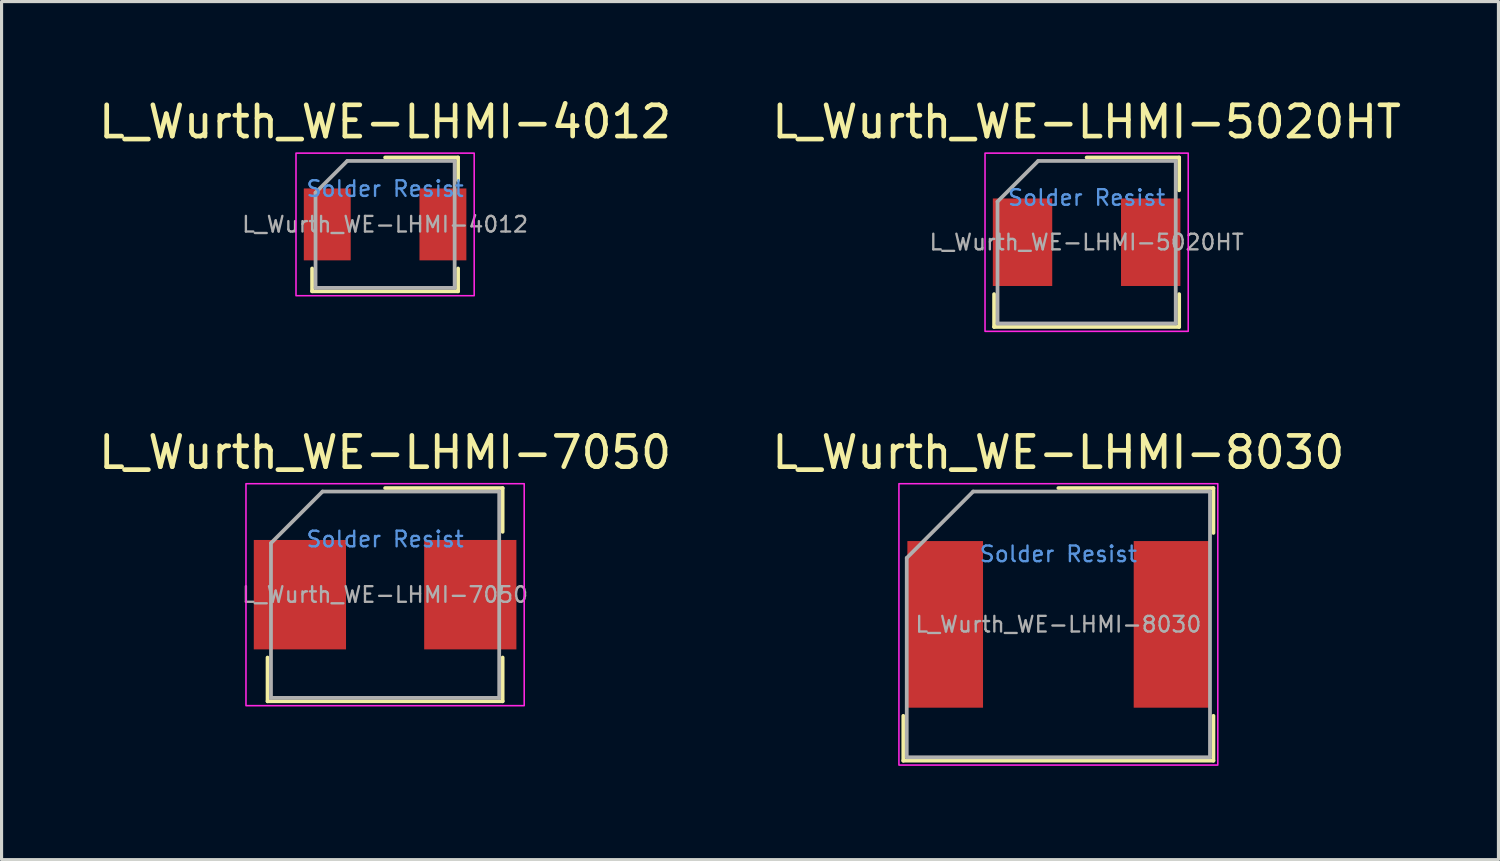
<source format=kicad_pcb>
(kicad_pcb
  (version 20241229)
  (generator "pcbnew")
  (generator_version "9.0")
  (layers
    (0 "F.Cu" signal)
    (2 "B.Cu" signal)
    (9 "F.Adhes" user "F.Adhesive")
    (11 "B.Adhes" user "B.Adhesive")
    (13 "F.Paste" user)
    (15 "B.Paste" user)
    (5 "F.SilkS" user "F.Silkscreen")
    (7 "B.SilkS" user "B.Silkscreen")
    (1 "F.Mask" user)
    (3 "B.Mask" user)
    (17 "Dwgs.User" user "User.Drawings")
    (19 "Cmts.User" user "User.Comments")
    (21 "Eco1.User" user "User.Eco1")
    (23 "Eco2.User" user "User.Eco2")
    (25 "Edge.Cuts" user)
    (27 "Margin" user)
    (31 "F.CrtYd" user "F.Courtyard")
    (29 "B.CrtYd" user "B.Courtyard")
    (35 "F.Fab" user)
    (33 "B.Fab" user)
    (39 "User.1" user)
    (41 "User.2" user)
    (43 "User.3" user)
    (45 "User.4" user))
  (footprint "L_Wurth_WE-LHMI-4012"
    (layer "F.Cu")
    (at 9.268 4.128)
    (property "Reference" "L_Wurth_WE-LHMI-4012" (at 0 -3.28 0) (unlocked yes) (layer "F.SilkS") (effects (font (size 1 1) (thickness 0.15))))
    (attr smd)
    (fp_line (start -2.335 2.14) (end -2.335 1.41) (stroke (width 0.12) (type solid)) (layer "F.SilkS"))
    (fp_line (start -2.335 2.14) (end 2.335 2.14) (stroke (width 0.12) (type solid)) (layer "F.SilkS"))
    (fp_line (start 0 -2.14) (end 2.335 -2.14) (stroke (width 0.12) (type solid)) (layer "F.SilkS"))
    (fp_line (start 2.335 -2.14) (end 2.335 -1.41) (stroke (width 0.12) (type solid)) (layer "F.SilkS"))
    (fp_line (start 2.335 2.14) (end 2.335 1.41) (stroke (width 0.12) (type solid)) (layer "F.SilkS"))
    (fp_rect (start -2.85 -2.28) (end 2.85 2.28) (stroke (width 0.05) (type solid)) (fill no) (layer "F.CrtYd"))
    (fp_line (start -2.225 -1.015) (end -2.225 2.03) (stroke (width 0.12) (type solid)) (layer "F.Fab"))
    (fp_line (start -2.225 2.03) (end 2.225 2.03) (stroke (width 0.12) (type solid)) (layer "F.Fab"))
    (fp_line (start -1.21 -2.03) (end -2.225 -1.015) (stroke (width 0.12) (type solid)) (layer "F.Fab"))
    (fp_line (start 2.225 -2.03) (end -1.21 -2.03) (stroke (width 0.12) (type solid)) (layer "F.Fab"))
    (fp_line (start 2.225 2.03) (end 2.225 -2.03) (stroke (width 0.12) (type solid)) (layer "F.Fab"))
    (fp_text user "Solder Resist" (at 0 -1.14 0) (unlocked yes) (layer "Cmts.User") (effects (font (size 0.5 0.5) (thickness 0.075))))
    (fp_text user "${REFERENCE}" (at 0 0 0) (unlocked yes) (layer "F.Fab") (effects (font (size 0.5 0.5) (thickness 0.075))))
    (pad "1" smd rect (at -1.85 0) (size 1.5 2.3) (layers "F.Cu" "F.Mask" "F.Paste"))
    (pad "2" smd rect (at 1.85 0) (size 1.5 2.3) (layers "F.Cu" "F.Mask" "F.Paste"))
    (zone (net_name "") (layers "F.Cu" "Dwgs.User") (name "Solder Resist") (hatch full 0.1) (connect_pads) (min_thickness 0.25) (filled_areas_thickness no) (keepout (tracks not_allowed) (vias not_allowed) (pads not_allowed) (copperpour not_allowed) (footprints not_allowed)) (placement (enabled no)) (fill) (polygon (pts (xy 8.168 6.408) (xy 10.368 6.408) (xy 10.368 1.848) (xy 8.168 1.848)))))
  (footprint "L_Wurth_WE-LHMI-8030"
    (layer "F.Cu")
    (at 30.804 16.922)
    (property "Reference" "L_Wurth_WE-LHMI-8030" (at 0 -5.5 0) (unlocked yes) (layer "F.SilkS") (effects (font (size 1 1) (thickness 0.15))))
    (attr smd)
    (fp_line (start -4.96 4.36) (end -4.96 2.925) (stroke (width 0.12) (type solid)) (layer "F.SilkS"))
    (fp_line (start -4.96 4.36) (end 4.96 4.36) (stroke (width 0.12) (type solid)) (layer "F.SilkS"))
    (fp_line (start 0 -4.36) (end 4.96 -4.36) (stroke (width 0.12) (type solid)) (layer "F.SilkS"))
    (fp_line (start 4.96 -4.36) (end 4.96 -2.925) (stroke (width 0.12) (type solid)) (layer "F.SilkS"))
    (fp_line (start 4.96 4.36) (end 4.96 2.925) (stroke (width 0.12) (type solid)) (layer "F.SilkS"))
    (fp_rect (start -5.1 -4.5) (end 5.1 4.5) (stroke (width 0.05) (type solid)) (fill no) (layer "F.CrtYd"))
    (fp_line (start -4.85 -2.125) (end -4.85 4.25) (stroke (width 0.12) (type solid)) (layer "F.Fab"))
    (fp_line (start -4.85 4.25) (end 4.85 4.25) (stroke (width 0.12) (type solid)) (layer "F.Fab"))
    (fp_line (start -2.725 -4.25) (end -4.85 -2.125) (stroke (width 0.12) (type solid)) (layer "F.Fab"))
    (fp_line (start 4.85 -4.25) (end -2.725 -4.25) (stroke (width 0.12) (type solid)) (layer "F.Fab"))
    (fp_line (start 4.85 4.25) (end 4.85 -4.25) (stroke (width 0.12) (type solid)) (layer "F.Fab"))
    (fp_text user "Solder Resist" (at 0 -2.25 0) (unlocked yes) (layer "Cmts.User") (effects (font (size 0.5 0.5) (thickness 0.075))))
    (fp_text user "${REFERENCE}" (at 0 0 0) (unlocked yes) (layer "F.Fab") (effects (font (size 0.5 0.5) (thickness 0.075))))
    (pad "1" smd rect (at -3.62 0) (size 2.42 5.33) (layers "F.Cu" "F.Mask" "F.Paste"))
    (pad "2" smd rect (at 3.62 0) (size 2.42 5.33) (layers "F.Cu" "F.Mask" "F.Paste"))
    (zone (net_name "") (layers "F.Cu" "Dwgs.User") (name "Solder Resist") (hatch full 0.1) (connect_pads) (min_thickness 0.25) (filled_areas_thickness no) (keepout (tracks not_allowed) (vias not_allowed) (pads not_allowed) (copperpour not_allowed) (footprints not_allowed)) (placement (enabled no)) (fill) (polygon (pts (xy 28.394 21.422) (xy 33.214 21.422) (xy 33.214 12.421) (xy 28.394 12.421)))))
  (footprint "L_Wurth_WE-LHMI-5020HT"
    (layer "F.Cu")
    (at 31.708 4.698)
    (property "Reference" "L_Wurth_WE-LHMI-5020HT" (at 0 -3.85 0) (unlocked yes) (layer "F.SilkS") (effects (font (size 1 1) (thickness 0.15))))
    (attr smd)
    (fp_line (start -2.96 2.71) (end -2.96 1.66) (stroke (width 0.12) (type solid)) (layer "F.SilkS"))
    (fp_line (start -2.96 2.71) (end 2.96 2.71) (stroke (width 0.12) (type solid)) (layer "F.SilkS"))
    (fp_line (start 0 -2.71) (end 2.96 -2.71) (stroke (width 0.12) (type solid)) (layer "F.SilkS"))
    (fp_line (start 2.96 -2.71) (end 2.96 -1.66) (stroke (width 0.12) (type solid)) (layer "F.SilkS"))
    (fp_line (start 2.96 2.71) (end 2.96 1.66) (stroke (width 0.12) (type solid)) (layer "F.SilkS"))
    (fp_rect (start -3.25 -2.85) (end 3.25 2.85) (stroke (width 0.05) (type solid)) (fill no) (layer "F.CrtYd"))
    (fp_line (start -2.85 -1.3) (end -2.85 2.6) (stroke (width 0.12) (type solid)) (layer "F.Fab"))
    (fp_line (start -2.85 2.6) (end 2.85 2.6) (stroke (width 0.12) (type solid)) (layer "F.Fab"))
    (fp_line (start -1.55 -2.6) (end -2.85 -1.3) (stroke (width 0.12) (type solid)) (layer "F.Fab"))
    (fp_line (start 2.85 -2.6) (end -1.55 -2.6) (stroke (width 0.12) (type solid)) (layer "F.Fab"))
    (fp_line (start 2.85 2.6) (end 2.85 -2.6) (stroke (width 0.12) (type solid)) (layer "F.Fab"))
    (fp_text user "Solder Resist" (at 0 -1.425 0) (unlocked yes) (layer "Cmts.User") (effects (font (size 0.5 0.5) (thickness 0.075))))
    (fp_text user "${REFERENCE}" (at 0 0 0) (unlocked yes) (layer "F.Fab") (effects (font (size 0.5 0.5) (thickness 0.075))))
    (pad "1" smd rect (at -2.05 0) (size 1.9 2.8) (layers "F.Cu" "F.Mask" "F.Paste"))
    (pad "2" smd rect (at 2.05 0) (size 1.9 2.8) (layers "F.Cu" "F.Mask" "F.Paste"))
    (zone (net_name "") (layers "F.Cu" "Dwgs.User") (name "Solder Resist") (hatch full 0.1) (connect_pads) (min_thickness 0.25) (filled_areas_thickness no) (keepout (tracks not_allowed) (vias not_allowed) (pads not_allowed) (copperpour not_allowed) (footprints not_allowed)) (placement (enabled no)) (fill) (polygon (pts (xy 30.608 7.548) (xy 32.808 7.548) (xy 32.808 1.848) (xy 30.608 1.848)))))
  (footprint "L_Wurth_WE-LHMI-7050"
    (layer "F.Cu")
    (at 9.268 15.972)
    (property "Reference" "L_Wurth_WE-LHMI-7050" (at 0 -4.55 0) (unlocked yes) (layer "F.SilkS") (effects (font (size 1 1) (thickness 0.15))))
    (attr smd)
    (fp_line (start -3.76 3.41) (end -3.76 2.01) (stroke (width 0.12) (type solid)) (layer "F.SilkS"))
    (fp_line (start -3.76 3.41) (end 3.76 3.41) (stroke (width 0.12) (type solid)) (layer "F.SilkS"))
    (fp_line (start 0 -3.41) (end 3.76 -3.41) (stroke (width 0.12) (type solid)) (layer "F.SilkS"))
    (fp_line (start 3.76 -3.41) (end 3.76 -2.01) (stroke (width 0.12) (type solid)) (layer "F.SilkS"))
    (fp_line (start 3.76 3.41) (end 3.76 2.01) (stroke (width 0.12) (type solid)) (layer "F.SilkS"))
    (fp_rect (start -4.45 -3.55) (end 4.45 3.55) (stroke (width 0.05) (type solid)) (fill no) (layer "F.CrtYd"))
    (fp_line (start -3.65 -1.65) (end -3.65 3.3) (stroke (width 0.12) (type solid)) (layer "F.Fab"))
    (fp_line (start -3.65 3.3) (end 3.65 3.3) (stroke (width 0.12) (type solid)) (layer "F.Fab"))
    (fp_line (start -2 -3.3) (end -3.65 -1.65) (stroke (width 0.12) (type solid)) (layer "F.Fab"))
    (fp_line (start 3.65 -3.3) (end -2 -3.3) (stroke (width 0.12) (type solid)) (layer "F.Fab"))
    (fp_line (start 3.65 3.3) (end 3.65 -3.3) (stroke (width 0.12) (type solid)) (layer "F.Fab"))
    (fp_text user "Solder Resist" (at 0 -1.775 0) (unlocked yes) (layer "Cmts.User") (effects (font (size 0.5 0.5) (thickness 0.075))))
    (fp_text user "${REFERENCE}" (at 0 0 0) (unlocked yes) (layer "F.Fab") (effects (font (size 0.5 0.5) (thickness 0.075))))
    (pad "1" smd rect (at -2.725 0) (size 2.95 3.5) (layers "F.Cu" "F.Mask" "F.Paste"))
    (pad "2" smd rect (at 2.725 0) (size 2.95 3.5) (layers "F.Cu" "F.Mask" "F.Paste"))
    (zone (net_name "") (layers "F.Cu" "Dwgs.User") (name "Solder Resist") (hatch full 0.1) (connect_pads) (min_thickness 0.25) (filled_areas_thickness no) (keepout (tracks not_allowed) (vias not_allowed) (pads not_allowed) (copperpour not_allowed) (footprints not_allowed)) (placement (enabled no)) (fill) (polygon (pts (xy 8.018 19.521) (xy 10.518 19.521) (xy 10.518 12.421) (xy 8.018 12.421)))))
  (gr_rect
    (start -3 -3)
    (end 44.881 24.447)
    (stroke (width 0.1) (type default))
    (fill no)
    (layer "Edge.Cuts")))
</source>
